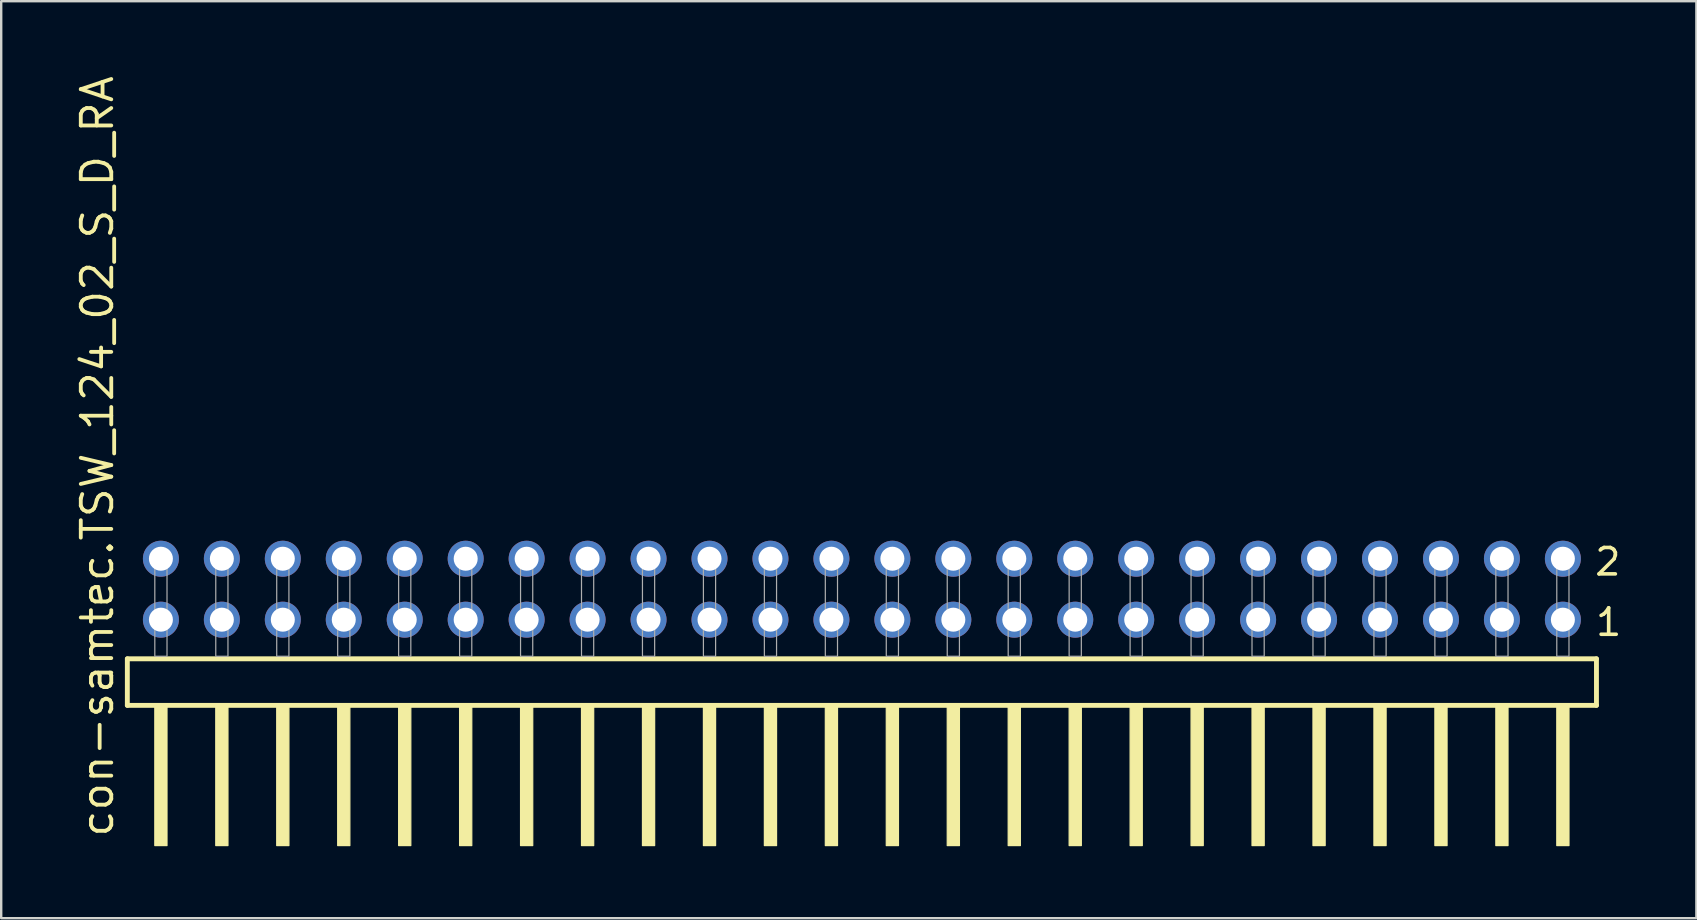
<source format=kicad_pcb>
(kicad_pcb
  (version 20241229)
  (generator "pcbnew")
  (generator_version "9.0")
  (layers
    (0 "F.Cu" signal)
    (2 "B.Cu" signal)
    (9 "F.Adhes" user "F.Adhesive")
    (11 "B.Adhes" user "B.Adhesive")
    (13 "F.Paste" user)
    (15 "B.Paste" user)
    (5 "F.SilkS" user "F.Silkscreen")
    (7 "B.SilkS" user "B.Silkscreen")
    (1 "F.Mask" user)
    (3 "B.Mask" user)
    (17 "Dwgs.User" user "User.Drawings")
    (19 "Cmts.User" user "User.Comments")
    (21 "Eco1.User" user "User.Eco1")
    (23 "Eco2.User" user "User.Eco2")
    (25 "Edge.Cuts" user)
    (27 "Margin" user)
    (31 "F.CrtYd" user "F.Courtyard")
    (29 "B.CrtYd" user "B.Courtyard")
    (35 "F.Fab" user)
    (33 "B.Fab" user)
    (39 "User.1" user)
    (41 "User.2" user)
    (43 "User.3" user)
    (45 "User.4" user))
  (footprint "con-samtec.TSW_124_02_S_D_RA"
    (layer "F.Cu")
    (at 32.865 24.296)
    (property "Reference" "con-samtec.TSW_124_02_S_D_RA" (at -31.115 7.62 90) (layer "F.SilkS") (effects (font (size 1.27 1.27) (thickness 0.16)) (justify left bottom)))
    (attr through_hole)
    (fp_line (start -30.609 0.106) (end -30.609 2.046) (stroke (width 0.203) (type default)) (layer "F.SilkS"))
    (fp_line (start -30.609 2.046) (end 30.609 2.046) (stroke (width 0.203) (type default)) (layer "F.SilkS"))
    (fp_line (start 30.609 0.106) (end -30.609 0.106) (stroke (width 0.203) (type default)) (layer "F.SilkS"))
    (fp_line (start 30.609 2.046) (end 30.609 0.106) (stroke (width 0.203) (type default)) (layer "F.SilkS"))
    (fp_rect (start -29.464 7.89) (end -28.956 2.04) (stroke (width 0.05) (type default)) (fill yes) (layer "F.SilkS"))
    (fp_rect (start -26.924 7.89) (end -26.416 2.04) (stroke (width 0.05) (type default)) (fill yes) (layer "F.SilkS"))
    (fp_rect (start -24.384 7.89) (end -23.876 2.04) (stroke (width 0.05) (type default)) (fill yes) (layer "F.SilkS"))
    (fp_rect (start -21.844 7.89) (end -21.336 2.04) (stroke (width 0.05) (type default)) (fill yes) (layer "F.SilkS"))
    (fp_rect (start -19.304 7.89) (end -18.796 2.04) (stroke (width 0.05) (type default)) (fill yes) (layer "F.SilkS"))
    (fp_rect (start -16.764 7.89) (end -16.256 2.04) (stroke (width 0.05) (type default)) (fill yes) (layer "F.SilkS"))
    (fp_rect (start -14.224 7.89) (end -13.716 2.04) (stroke (width 0.05) (type default)) (fill yes) (layer "F.SilkS"))
    (fp_rect (start -11.684 7.89) (end -11.176 2.04) (stroke (width 0.05) (type default)) (fill yes) (layer "F.SilkS"))
    (fp_rect (start -9.144 7.89) (end -8.636 2.04) (stroke (width 0.05) (type default)) (fill yes) (layer "F.SilkS"))
    (fp_rect (start -6.604 7.89) (end -6.096 2.04) (stroke (width 0.05) (type default)) (fill yes) (layer "F.SilkS"))
    (fp_rect (start -4.064 7.89) (end -3.556 2.04) (stroke (width 0.05) (type default)) (fill yes) (layer "F.SilkS"))
    (fp_rect (start -1.524 7.89) (end -1.016 2.04) (stroke (width 0.05) (type default)) (fill yes) (layer "F.SilkS"))
    (fp_rect (start 1.016 7.89) (end 1.524 2.04) (stroke (width 0.05) (type default)) (fill yes) (layer "F.SilkS"))
    (fp_rect (start 3.556 7.89) (end 4.064 2.04) (stroke (width 0.05) (type default)) (fill yes) (layer "F.SilkS"))
    (fp_rect (start 6.096 7.89) (end 6.604 2.04) (stroke (width 0.05) (type default)) (fill yes) (layer "F.SilkS"))
    (fp_rect (start 8.636 7.89) (end 9.144 2.04) (stroke (width 0.05) (type default)) (fill yes) (layer "F.SilkS"))
    (fp_rect (start 11.176 7.89) (end 11.684 2.04) (stroke (width 0.05) (type default)) (fill yes) (layer "F.SilkS"))
    (fp_rect (start 13.716 7.89) (end 14.224 2.04) (stroke (width 0.05) (type default)) (fill yes) (layer "F.SilkS"))
    (fp_rect (start 16.256 7.89) (end 16.764 2.04) (stroke (width 0.05) (type default)) (fill yes) (layer "F.SilkS"))
    (fp_rect (start 18.796 7.89) (end 19.304 2.04) (stroke (width 0.05) (type default)) (fill yes) (layer "F.SilkS"))
    (fp_rect (start 21.336 7.89) (end 21.844 2.04) (stroke (width 0.05) (type default)) (fill yes) (layer "F.SilkS"))
    (fp_rect (start 23.876 7.89) (end 24.384 2.04) (stroke (width 0.05) (type default)) (fill yes) (layer "F.SilkS"))
    (fp_rect (start 26.416 7.89) (end 26.924 2.04) (stroke (width 0.05) (type default)) (fill yes) (layer "F.SilkS"))
    (fp_rect (start 28.956 7.89) (end 29.464 2.04) (stroke (width 0.05) (type default)) (fill yes) (layer "F.SilkS"))
    (fp_rect (start -29.464 0) (end -28.956 -4.318) (stroke (width 0.05) (type default)) (fill no) (layer "F.Fab"))
    (fp_rect (start -26.924 0) (end -26.416 -4.318) (stroke (width 0.05) (type default)) (fill no) (layer "F.Fab"))
    (fp_rect (start -24.384 0) (end -23.876 -4.318) (stroke (width 0.05) (type default)) (fill no) (layer "F.Fab"))
    (fp_rect (start -21.844 0) (end -21.336 -4.318) (stroke (width 0.05) (type default)) (fill no) (layer "F.Fab"))
    (fp_rect (start -19.304 0) (end -18.796 -4.318) (stroke (width 0.05) (type default)) (fill no) (layer "F.Fab"))
    (fp_rect (start -16.764 0) (end -16.256 -4.318) (stroke (width 0.05) (type default)) (fill no) (layer "F.Fab"))
    (fp_rect (start -14.224 0) (end -13.716 -4.318) (stroke (width 0.05) (type default)) (fill no) (layer "F.Fab"))
    (fp_rect (start -11.684 0) (end -11.176 -4.318) (stroke (width 0.05) (type default)) (fill no) (layer "F.Fab"))
    (fp_rect (start -9.144 0) (end -8.636 -4.318) (stroke (width 0.05) (type default)) (fill no) (layer "F.Fab"))
    (fp_rect (start -6.604 0) (end -6.096 -4.318) (stroke (width 0.05) (type default)) (fill no) (layer "F.Fab"))
    (fp_rect (start -4.064 0) (end -3.556 -4.318) (stroke (width 0.05) (type default)) (fill no) (layer "F.Fab"))
    (fp_rect (start -1.524 0) (end -1.016 -4.318) (stroke (width 0.05) (type default)) (fill no) (layer "F.Fab"))
    (fp_rect (start 1.016 0) (end 1.524 -4.318) (stroke (width 0.05) (type default)) (fill no) (layer "F.Fab"))
    (fp_rect (start 3.556 0) (end 4.064 -4.318) (stroke (width 0.05) (type default)) (fill no) (layer "F.Fab"))
    (fp_rect (start 6.096 0) (end 6.604 -4.318) (stroke (width 0.05) (type default)) (fill no) (layer "F.Fab"))
    (fp_rect (start 8.636 0) (end 9.144 -4.318) (stroke (width 0.05) (type default)) (fill no) (layer "F.Fab"))
    (fp_rect (start 11.176 0) (end 11.684 -4.318) (stroke (width 0.05) (type default)) (fill no) (layer "F.Fab"))
    (fp_rect (start 13.716 0) (end 14.224 -4.318) (stroke (width 0.05) (type default)) (fill no) (layer "F.Fab"))
    (fp_rect (start 16.256 0) (end 16.764 -4.318) (stroke (width 0.05) (type default)) (fill no) (layer "F.Fab"))
    (fp_rect (start 18.796 0) (end 19.304 -4.318) (stroke (width 0.05) (type default)) (fill no) (layer "F.Fab"))
    (fp_rect (start 21.336 0) (end 21.844 -4.318) (stroke (width 0.05) (type default)) (fill no) (layer "F.Fab"))
    (fp_rect (start 23.876 0) (end 24.384 -4.318) (stroke (width 0.05) (type default)) (fill no) (layer "F.Fab"))
    (fp_rect (start 26.416 0) (end 26.924 -4.318) (stroke (width 0.05) (type default)) (fill no) (layer "F.Fab"))
    (fp_rect (start 28.956 0) (end 29.464 -4.318) (stroke (width 0.05) (type default)) (fill no) (layer "F.Fab"))
    (fp_text user "2" (at 30.46 -3.29 0) (layer "F.SilkS") (effects (font (size 1.1 1.1) (thickness 0.15)) (justify left bottom)))
    (fp_text user "1" (at 30.495 -0.775 0) (layer "F.SilkS") (effects (font (size 1.1 1.1) (thickness 0.15)) (justify left bottom)))
    (pad "1" thru_hole circle (at 29.21 -1.524 180) (size 1.5 1.5) (drill 1) (layers "*.Cu" "*.Mask"))
    (pad "2" thru_hole circle (at 29.21 -4.064 180) (size 1.5 1.5) (drill 1) (layers "*.Cu" "*.Mask"))
    (pad "3" thru_hole circle (at 26.67 -1.524 180) (size 1.5 1.5) (drill 1) (layers "*.Cu" "*.Mask"))
    (pad "4" thru_hole circle (at 26.67 -4.064 180) (size 1.5 1.5) (drill 1) (layers "*.Cu" "*.Mask"))
    (pad "5" thru_hole circle (at 24.13 -1.524 180) (size 1.5 1.5) (drill 1) (layers "*.Cu" "*.Mask"))
    (pad "6" thru_hole circle (at 24.13 -4.064 180) (size 1.5 1.5) (drill 1) (layers "*.Cu" "*.Mask"))
    (pad "7" thru_hole circle (at 21.59 -1.524 180) (size 1.5 1.5) (drill 1) (layers "*.Cu" "*.Mask"))
    (pad "8" thru_hole circle (at 21.59 -4.064 180) (size 1.5 1.5) (drill 1) (layers "*.Cu" "*.Mask"))
    (pad "9" thru_hole circle (at 19.05 -1.524 180) (size 1.5 1.5) (drill 1) (layers "*.Cu" "*.Mask"))
    (pad "10" thru_hole circle (at 19.05 -4.064 180) (size 1.5 1.5) (drill 1) (layers "*.Cu" "*.Mask"))
    (pad "11" thru_hole circle (at 16.51 -1.524 180) (size 1.5 1.5) (drill 1) (layers "*.Cu" "*.Mask"))
    (pad "12" thru_hole circle (at 16.51 -4.064 180) (size 1.5 1.5) (drill 1) (layers "*.Cu" "*.Mask"))
    (pad "13" thru_hole circle (at 13.97 -1.524 180) (size 1.5 1.5) (drill 1) (layers "*.Cu" "*.Mask"))
    (pad "14" thru_hole circle (at 13.97 -4.064 180) (size 1.5 1.5) (drill 1) (layers "*.Cu" "*.Mask"))
    (pad "15" thru_hole circle (at 11.43 -1.524 180) (size 1.5 1.5) (drill 1) (layers "*.Cu" "*.Mask"))
    (pad "16" thru_hole circle (at 11.43 -4.064 180) (size 1.5 1.5) (drill 1) (layers "*.Cu" "*.Mask"))
    (pad "17" thru_hole circle (at 8.89 -1.524 180) (size 1.5 1.5) (drill 1) (layers "*.Cu" "*.Mask"))
    (pad "18" thru_hole circle (at 8.89 -4.064 180) (size 1.5 1.5) (drill 1) (layers "*.Cu" "*.Mask"))
    (pad "19" thru_hole circle (at 6.35 -1.524 180) (size 1.5 1.5) (drill 1) (layers "*.Cu" "*.Mask"))
    (pad "20" thru_hole circle (at 6.35 -4.064 180) (size 1.5 1.5) (drill 1) (layers "*.Cu" "*.Mask"))
    (pad "21" thru_hole circle (at 3.81 -1.524 180) (size 1.5 1.5) (drill 1) (layers "*.Cu" "*.Mask"))
    (pad "22" thru_hole circle (at 3.81 -4.064 180) (size 1.5 1.5) (drill 1) (layers "*.Cu" "*.Mask"))
    (pad "23" thru_hole circle (at 1.27 -1.524 180) (size 1.5 1.5) (drill 1) (layers "*.Cu" "*.Mask"))
    (pad "24" thru_hole circle (at 1.27 -4.064 180) (size 1.5 1.5) (drill 1) (layers "*.Cu" "*.Mask"))
    (pad "25" thru_hole circle (at -1.27 -1.524 180) (size 1.5 1.5) (drill 1) (layers "*.Cu" "*.Mask"))
    (pad "26" thru_hole circle (at -1.27 -4.064 180) (size 1.5 1.5) (drill 1) (layers "*.Cu" "*.Mask"))
    (pad "27" thru_hole circle (at -3.81 -1.524 180) (size 1.5 1.5) (drill 1) (layers "*.Cu" "*.Mask"))
    (pad "28" thru_hole circle (at -3.81 -4.064 180) (size 1.5 1.5) (drill 1) (layers "*.Cu" "*.Mask"))
    (pad "29" thru_hole circle (at -6.35 -1.524 180) (size 1.5 1.5) (drill 1) (layers "*.Cu" "*.Mask"))
    (pad "30" thru_hole circle (at -6.35 -4.064 180) (size 1.5 1.5) (drill 1) (layers "*.Cu" "*.Mask"))
    (pad "31" thru_hole circle (at -8.89 -1.524 180) (size 1.5 1.5) (drill 1) (layers "*.Cu" "*.Mask"))
    (pad "32" thru_hole circle (at -8.89 -4.064 180) (size 1.5 1.5) (drill 1) (layers "*.Cu" "*.Mask"))
    (pad "33" thru_hole circle (at -11.43 -1.524 180) (size 1.5 1.5) (drill 1) (layers "*.Cu" "*.Mask"))
    (pad "34" thru_hole circle (at -11.43 -4.064 180) (size 1.5 1.5) (drill 1) (layers "*.Cu" "*.Mask"))
    (pad "35" thru_hole circle (at -13.97 -1.524 180) (size 1.5 1.5) (drill 1) (layers "*.Cu" "*.Mask"))
    (pad "36" thru_hole circle (at -13.97 -4.064 180) (size 1.5 1.5) (drill 1) (layers "*.Cu" "*.Mask"))
    (pad "37" thru_hole circle (at -16.51 -1.524 180) (size 1.5 1.5) (drill 1) (layers "*.Cu" "*.Mask"))
    (pad "38" thru_hole circle (at -16.51 -4.064 180) (size 1.5 1.5) (drill 1) (layers "*.Cu" "*.Mask"))
    (pad "39" thru_hole circle (at -19.05 -1.524 180) (size 1.5 1.5) (drill 1) (layers "*.Cu" "*.Mask"))
    (pad "40" thru_hole circle (at -19.05 -4.064 180) (size 1.5 1.5) (drill 1) (layers "*.Cu" "*.Mask"))
    (pad "41" thru_hole circle (at -21.59 -1.524 180) (size 1.5 1.5) (drill 1) (layers "*.Cu" "*.Mask"))
    (pad "42" thru_hole circle (at -21.59 -4.064 180) (size 1.5 1.5) (drill 1) (layers "*.Cu" "*.Mask"))
    (pad "43" thru_hole circle (at -24.13 -1.524 180) (size 1.5 1.5) (drill 1) (layers "*.Cu" "*.Mask"))
    (pad "44" thru_hole circle (at -24.13 -4.064 180) (size 1.5 1.5) (drill 1) (layers "*.Cu" "*.Mask"))
    (pad "45" thru_hole circle (at -26.67 -1.524 180) (size 1.5 1.5) (drill 1) (layers "*.Cu" "*.Mask"))
    (pad "46" thru_hole circle (at -26.67 -4.064 180) (size 1.5 1.5) (drill 1) (layers "*.Cu" "*.Mask"))
    (pad "47" thru_hole circle (at -29.21 -1.524 180) (size 1.5 1.5) (drill 1) (layers "*.Cu" "*.Mask"))
    (pad "48" thru_hole circle (at -29.21 -4.064 180) (size 1.5 1.5) (drill 1) (layers "*.Cu" "*.Mask")))
  (gr_rect
    (start -3 -3)
    (end 67.638 35.211)
    (stroke (width 0.1) (type default))
    (fill no)
    (layer "Edge.Cuts")))
</source>
